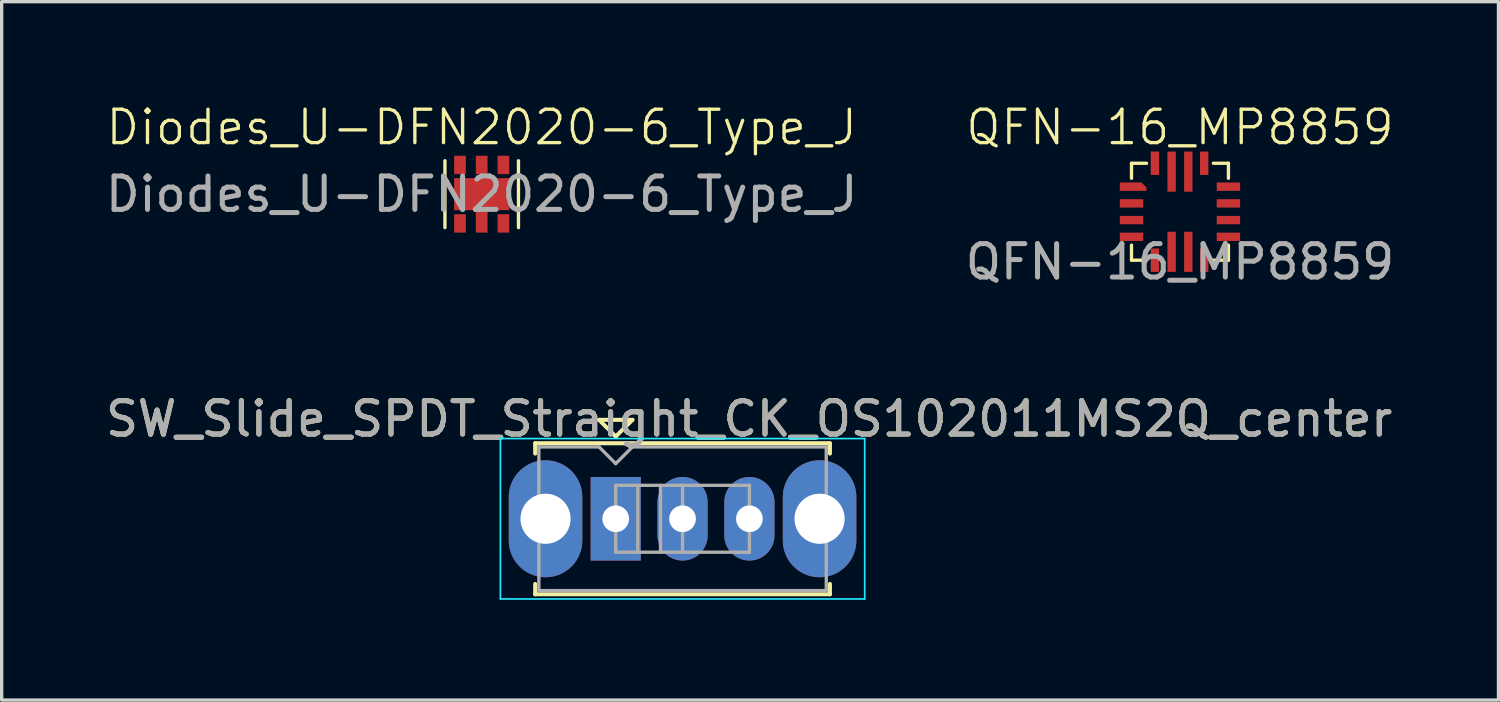
<source format=kicad_pcb>
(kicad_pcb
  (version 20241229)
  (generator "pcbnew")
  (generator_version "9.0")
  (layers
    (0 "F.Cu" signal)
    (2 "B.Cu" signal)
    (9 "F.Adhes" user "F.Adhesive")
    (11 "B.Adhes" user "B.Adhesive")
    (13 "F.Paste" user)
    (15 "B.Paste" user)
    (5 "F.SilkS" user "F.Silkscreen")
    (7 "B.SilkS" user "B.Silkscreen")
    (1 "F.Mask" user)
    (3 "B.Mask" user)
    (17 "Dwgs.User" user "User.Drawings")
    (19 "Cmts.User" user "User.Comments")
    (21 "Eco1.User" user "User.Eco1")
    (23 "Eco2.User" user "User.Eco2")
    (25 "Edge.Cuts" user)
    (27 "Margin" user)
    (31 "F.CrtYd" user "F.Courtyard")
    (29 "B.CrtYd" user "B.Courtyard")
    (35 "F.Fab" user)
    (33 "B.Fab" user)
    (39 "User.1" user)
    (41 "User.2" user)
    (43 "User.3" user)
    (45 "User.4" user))
  (footprint "QFN-16_MP8859"
    (layer "F.Cu")
    (at 32.256 3.285)
    (property "Reference" "QFN-16_MP8859" (at 0 -2.525 0) (unlocked yes) (layer "F.SilkS") (effects (font (size 1 1) (thickness 0.1))))
    (attr smd)
    (fp_rect (start -1.8 -0.375) (end -1.1 -0.125) (stroke (width 0) (type solid)) (fill yes) (layer "F.Cu"))
    (fp_rect (start -1.8 0.125) (end -1.1 0.375) (stroke (width 0) (type solid)) (fill yes) (layer "F.Cu"))
    (fp_rect (start -1.8 0.625) (end -1.1 0.875) (stroke (width 0) (type solid)) (fill yes) (layer "F.Cu"))
    (fp_rect (start -0.875 -1.8) (end -0.625 -1.1) (stroke (width 0) (type solid)) (fill yes) (layer "F.Cu"))
    (fp_rect (start -0.875 1.1) (end -0.625 1.8) (stroke (width 0) (type solid)) (fill yes) (layer "F.Cu"))
    (fp_rect (start -0.375 -1.8) (end -0.125 -0.6) (stroke (width 0) (type solid)) (fill yes) (layer "F.Cu"))
    (fp_rect (start -0.375 0.6) (end -0.125 1.8) (stroke (width 0) (type solid)) (fill yes) (layer "F.Cu"))
    (fp_rect (start 0.125 -1.8) (end 0.375 -0.6) (stroke (width 0) (type solid)) (fill yes) (layer "F.Cu"))
    (fp_rect (start 0.125 0.6) (end 0.375 1.8) (stroke (width 0) (type solid)) (fill yes) (layer "F.Cu"))
    (fp_rect (start 0.6 -1.8) (end 0.85 -1.1) (stroke (width 0) (type solid)) (fill yes) (layer "F.Cu"))
    (fp_rect (start 0.6 1.1) (end 0.85 1.8) (stroke (width 0) (type solid)) (fill yes) (layer "F.Cu"))
    (fp_rect (start 1.1 -0.875) (end 1.8 -0.625) (stroke (width 0) (type solid)) (fill yes) (layer "F.Cu"))
    (fp_rect (start 1.1 -0.375) (end 1.8 -0.125) (stroke (width 0) (type solid)) (fill yes) (layer "F.Cu"))
    (fp_rect (start 1.1 0.125) (end 1.8 0.375) (stroke (width 0) (type solid)) (fill yes) (layer "F.Cu"))
    (fp_rect (start 1.1 0.625) (end 1.8 0.875) (stroke (width 0) (type solid)) (fill yes) (layer "F.Cu"))
    (fp_poly (pts (xy -1.8 -0.625) (xy -1 -0.625) (xy -1 -0.725) (xy -1.15 -0.875) (xy -1.8 -0.875)) (stroke (width 0) (type solid)) (fill yes) (layer "F.Cu"))
    (fp_rect (start -1.8 -0.375) (end -1.1 -0.125) (stroke (width 0.1) (type solid)) (fill yes) (layer "F.Mask"))
    (fp_rect (start -1.8 0.125) (end -1.1 0.375) (stroke (width 0.1) (type solid)) (fill yes) (layer "F.Mask"))
    (fp_rect (start -1.8 0.625) (end -1.1 0.875) (stroke (width 0.1) (type solid)) (fill yes) (layer "F.Mask"))
    (fp_rect (start -0.875 -1.8) (end -0.625 -1.1) (stroke (width 0.1) (type solid)) (fill yes) (layer "F.Mask"))
    (fp_rect (start -0.875 1.1) (end -0.625 1.8) (stroke (width 0.1) (type solid)) (fill yes) (layer "F.Mask"))
    (fp_rect (start -0.375 -1.8) (end -0.125 -0.6) (stroke (width 0.1) (type solid)) (fill yes) (layer "F.Mask"))
    (fp_rect (start -0.375 0.6) (end -0.125 1.8) (stroke (width 0.1) (type solid)) (fill yes) (layer "F.Mask"))
    (fp_rect (start 0.125 -1.8) (end 0.375 -0.6) (stroke (width 0.1) (type solid)) (fill yes) (layer "F.Mask"))
    (fp_rect (start 0.125 0.6) (end 0.375 1.8) (stroke (width 0.1) (type solid)) (fill yes) (layer "F.Mask"))
    (fp_rect (start 0.6 -1.8) (end 0.85 -1.1) (stroke (width 0.1) (type solid)) (fill yes) (layer "F.Mask"))
    (fp_rect (start 0.6 1.1) (end 0.85 1.8) (stroke (width 0.1) (type solid)) (fill yes) (layer "F.Mask"))
    (fp_rect (start 1.1 -0.875) (end 1.8 -0.625) (stroke (width 0.1) (type solid)) (fill yes) (layer "F.Mask"))
    (fp_rect (start 1.1 -0.375) (end 1.8 -0.125) (stroke (width 0.1) (type solid)) (fill yes) (layer "F.Mask"))
    (fp_rect (start 1.1 0.125) (end 1.8 0.375) (stroke (width 0.1) (type solid)) (fill yes) (layer "F.Mask"))
    (fp_rect (start 1.1 0.625) (end 1.8 0.875) (stroke (width 0.1) (type solid)) (fill yes) (layer "F.Mask"))
    (fp_poly (pts (xy -1.8 -0.625) (xy -1 -0.625) (xy -1 -0.725) (xy -1.15 -0.875) (xy -1.8 -0.875)) (stroke (width 0.1) (type solid)) (fill yes) (layer "F.Mask"))
    (fp_line (start -1.45 -1.45) (end -1.45 -1) (stroke (width 0.1) (type default)) (layer "F.SilkS"))
    (fp_line (start -1.45 -1.45) (end -1 -1.45) (stroke (width 0.1) (type default)) (layer "F.SilkS"))
    (fp_line (start -1.45 1.45) (end -1.45 1) (stroke (width 0.1) (type default)) (layer "F.SilkS"))
    (fp_line (start -1.45 1.45) (end -1 1.45) (stroke (width 0.1) (type default)) (layer "F.SilkS"))
    (fp_line (start 1 -1.45) (end 1.45 -1.45) (stroke (width 0.1) (type default)) (layer "F.SilkS"))
    (fp_line (start 1 1.45) (end 1.45 1.45) (stroke (width 0.1) (type default)) (layer "F.SilkS"))
    (fp_line (start 1.45 -1) (end 1.45 -1.45) (stroke (width 0.1) (type default)) (layer "F.SilkS"))
    (fp_line (start 1.45 1.45) (end 1.45 1) (stroke (width 0.1) (type default)) (layer "F.SilkS"))
    (fp_text user "${REFERENCE}" (at 0 1.5 0) (unlocked yes) (layer "F.Fab") (effects (font (size 1 1) (thickness 0.15)))))
  (footprint "Diodes_U-DFN2020-6_Type_J"
    (layer "F.Cu")
    (at 11.363 2.76)
    (property "Reference" "Diodes_U-DFN2020-6_Type_J" (at 0 -2 0) (unlocked yes) (layer "F.SilkS") (effects (font (size 1 1) (thickness 0.1))))
    (attr smd)
    (fp_rect (start -0.825 -1.15) (end -0.475 -0.6) (stroke (width 0) (type solid)) (fill yes) (layer "F.Cu"))
    (fp_rect (start -0.825 0.6) (end -0.475 1.15) (stroke (width 0) (type solid)) (fill yes) (layer "F.Cu"))
    (fp_rect (start -0.175 -1.15) (end 0.175 -0.6) (stroke (width 0) (type solid)) (fill yes) (layer "F.Cu"))
    (fp_rect (start 0.475 -1.15) (end 0.825 -0.6) (stroke (width 0) (type solid)) (fill yes) (layer "F.Cu"))
    (fp_rect (start 0.475 0.6) (end 0.825 1.15) (stroke (width 0) (type solid)) (fill yes) (layer "F.Cu"))
    (fp_poly (pts (xy 0.825 0.48) (xy 0.175 0.48) (xy 0.175 1.15) (xy -0.175 1.15) (xy -0.175 0.48) (xy -0.825 0.48) (xy -0.825 -0.48) (xy 0.825 -0.48)) (stroke (width 0) (type solid)) (fill yes) (layer "F.Cu"))
    (fp_rect (start -0.825 -1.15) (end -0.475 -0.6) (stroke (width 0.1) (type solid)) (fill yes) (layer "F.Mask"))
    (fp_rect (start -0.825 0.6) (end -0.475 1.15) (stroke (width 0.1) (type solid)) (fill yes) (layer "F.Mask"))
    (fp_rect (start -0.175 -1.15) (end 0.175 -0.6) (stroke (width 0.1) (type solid)) (fill yes) (layer "F.Mask"))
    (fp_rect (start 0.475 -1.15) (end 0.825 -0.6) (stroke (width 0.1) (type solid)) (fill yes) (layer "F.Mask"))
    (fp_rect (start 0.475 0.6) (end 0.825 1.15) (stroke (width 0.1) (type solid)) (fill yes) (layer "F.Mask"))
    (fp_poly (pts (xy 0.825 0.48) (xy 0.175 0.48) (xy 0.175 1.15) (xy -0.175 1.15) (xy -0.175 0.48) (xy -0.825 0.48) (xy -0.825 -0.48) (xy 0.825 -0.48)) (stroke (width 0.1) (type solid)) (fill yes) (layer "F.Mask"))
    (fp_line (start -1.1 -1) (end -1.1 1) (stroke (width 0.1) (type default)) (layer "F.SilkS"))
    (fp_line (start 1.1 -1) (end 1.1 1) (stroke (width 0.1) (type default)) (layer "F.SilkS"))
    (fp_text user "${REFERENCE}" (at 0 0 0) (unlocked yes) (layer "F.Fab") (effects (font (size 1 1) (thickness 0.15)))))
  (footprint "SW_Slide_SPDT_Straight_CK_OS102011MS2Q_center"
    (layer "F.Cu")
    (at 17.373 12.472)
    (property "Reference" "SW_Slide_SPDT_Straight_CK_OS102011MS2Q_center" (at 1.99 -2.99 0) (layer "F.SilkS") (effects (font (size 1 1) (thickness 0.15))))
    (attr through_hole)
    (fp_line (start -4.41 -2.26) (end 4.41 -2.26) (stroke (width 0.12) (type solid)) (layer "F.SilkS"))
    (fp_line (start -4.41 -1.95) (end -4.41 -2.26) (stroke (width 0.12) (type solid)) (layer "F.SilkS"))
    (fp_line (start -4.41 2.26) (end -4.41 1.95) (stroke (width 0.12) (type solid)) (layer "F.SilkS"))
    (fp_line (start -2.5 -2.96) (end -2 -2.46) (stroke (width 0.12) (type solid)) (layer "F.SilkS"))
    (fp_line (start -2 -2.46) (end -1.5 -2.96) (stroke (width 0.12) (type solid)) (layer "F.SilkS"))
    (fp_line (start -1.5 -2.96) (end -2.5 -2.96) (stroke (width 0.12) (type solid)) (layer "F.SilkS"))
    (fp_line (start 4.41 -2.26) (end 4.41 -1.95) (stroke (width 0.12) (type solid)) (layer "F.SilkS"))
    (fp_line (start 4.41 2.26) (end -4.41 2.26) (stroke (width 0.12) (type solid)) (layer "F.SilkS"))
    (fp_line (start 4.41 2.26) (end 4.41 1.95) (stroke (width 0.12) (type solid)) (layer "F.SilkS"))
    (fp_line (start -5.45 -2.4) (end 5.45 -2.4) (stroke (width 0.05) (type solid)) (layer "B.CrtYd"))
    (fp_line (start -5.45 2.4) (end -5.45 -2.4) (stroke (width 0.05) (type solid)) (layer "B.CrtYd"))
    (fp_line (start 5.45 -2.4) (end 5.45 2.4) (stroke (width 0.05) (type solid)) (layer "B.CrtYd"))
    (fp_line (start 5.45 2.4) (end -5.45 2.4) (stroke (width 0.05) (type solid)) (layer "B.CrtYd"))
    (fp_line (start -4.3 -2.15) (end -2.5 -2.15) (stroke (width 0.1) (type solid)) (layer "F.Fab"))
    (fp_line (start -4.3 2.15) (end -4.3 -2.15) (stroke (width 0.1) (type solid)) (layer "F.Fab"))
    (fp_line (start -2.5 -2.15) (end -2 -1.65) (stroke (width 0.1) (type solid)) (layer "F.Fab"))
    (fp_line (start -2 -1.65) (end -1.5 -2.15) (stroke (width 0.1) (type solid)) (layer "F.Fab"))
    (fp_line (start -2 -1) (end -2 1) (stroke (width 0.1) (type solid)) (layer "F.Fab"))
    (fp_line (start -2 -1) (end 2 -1) (stroke (width 0.1) (type solid)) (layer "F.Fab"))
    (fp_line (start -2 1) (end 2 1) (stroke (width 0.1) (type solid)) (layer "F.Fab"))
    (fp_line (start -1.5 -2.15) (end 4.3 -2.15) (stroke (width 0.1) (type solid)) (layer "F.Fab"))
    (fp_line (start -1.34 -1) (end -1.34 1) (stroke (width 0.1) (type solid)) (layer "F.Fab"))
    (fp_line (start -0.66 -1) (end -0.66 1) (stroke (width 0.1) (type solid)) (layer "F.Fab"))
    (fp_line (start 0 -1) (end 0 1) (stroke (width 0.1) (type solid)) (layer "F.Fab"))
    (fp_line (start 2 -1) (end 2 1) (stroke (width 0.1) (type solid)) (layer "F.Fab"))
    (fp_line (start 4.3 -2.15) (end 4.3 2.15) (stroke (width 0.1) (type solid)) (layer "F.Fab"))
    (fp_line (start 4.3 2.15) (end -4.3 2.15) (stroke (width 0.1) (type solid)) (layer "F.Fab"))
    (fp_text user "${REFERENCE}" (at 1.99 -2.99 0) (layer "F.Fab") (effects (font (size 1 1) (thickness 0.15))))
    (pad "" thru_hole oval (at -4.1 0) (size 2.2 3.5) (drill 1.5) (layers "*.Cu" "*.Mask"))
    (pad "" thru_hole oval (at 4.1 0) (size 2.2 3.5) (drill 1.5) (layers "*.Cu" "*.Mask"))
    (pad "1" thru_hole rect (at -2 0) (size 1.5 2.5) (drill 0.8) (layers "*.Cu" "*.Mask"))
    (pad "2" thru_hole oval (at 0 0) (size 1.5 2.5) (drill 0.8) (layers "*.Cu" "*.Mask"))
    (pad "3" thru_hole oval (at 2 0) (size 1.5 2.5) (drill 0.8) (layers "*.Cu" "*.Mask")))
  (gr_rect
    (start -3 -3)
    (end 41.786 17.897)
    (stroke (width 0.1) (type default))
    (fill no)
    (layer "Edge.Cuts")))
</source>
